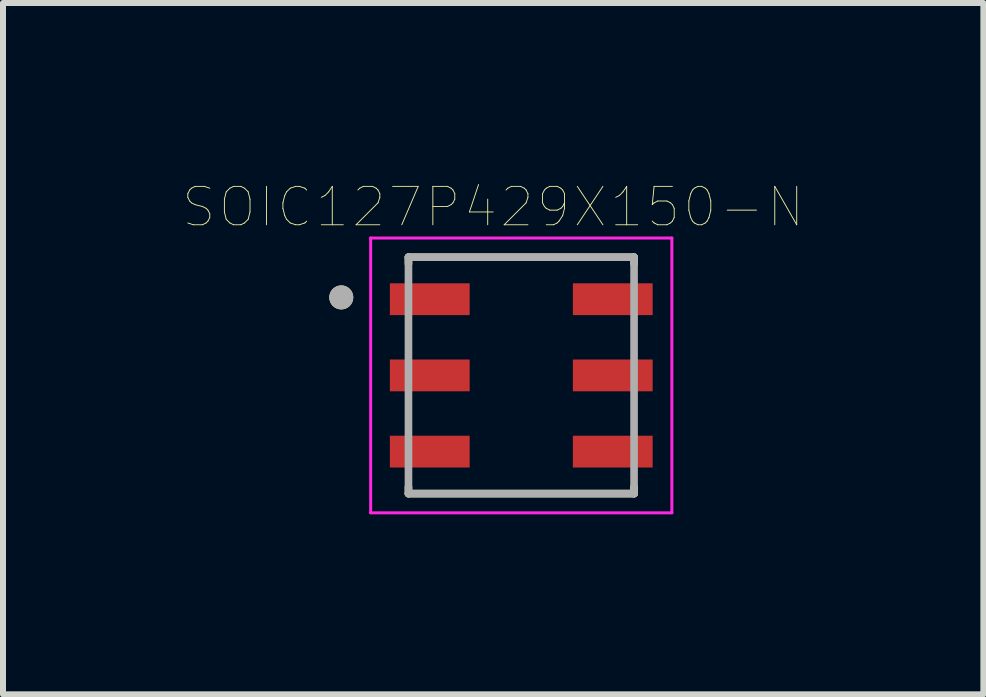
<source format=kicad_pcb>
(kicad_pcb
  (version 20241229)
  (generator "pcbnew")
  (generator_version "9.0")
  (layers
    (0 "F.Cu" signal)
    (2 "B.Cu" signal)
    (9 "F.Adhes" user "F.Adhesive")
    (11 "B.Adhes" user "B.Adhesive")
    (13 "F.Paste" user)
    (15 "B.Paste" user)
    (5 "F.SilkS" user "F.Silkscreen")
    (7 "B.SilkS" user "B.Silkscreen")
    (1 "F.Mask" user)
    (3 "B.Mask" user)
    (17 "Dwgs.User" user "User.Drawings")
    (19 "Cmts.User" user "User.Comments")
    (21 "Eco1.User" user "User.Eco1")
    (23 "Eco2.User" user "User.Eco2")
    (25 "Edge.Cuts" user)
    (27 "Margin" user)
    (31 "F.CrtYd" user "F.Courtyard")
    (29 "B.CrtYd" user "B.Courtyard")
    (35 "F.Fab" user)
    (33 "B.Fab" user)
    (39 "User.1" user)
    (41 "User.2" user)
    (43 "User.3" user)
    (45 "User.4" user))
  (footprint "SOIC127P429X150-N"
    (layer "F.Cu")
    (at 5.638 3.207)
    (property "Reference" "SOIC127P429X150-N" (at -0.468 -2.806 0) (layer "F.SilkS") (effects (font (size 0.64 0.64) (thickness 0.015))))
    (attr through_hole)
    (fp_line (start -1.88 -1.97) (end -1.88 -1.86) (stroke (width 0.127) (type solid)) (layer "F.SilkS"))
    (fp_line (start -1.88 -1.97) (end 1.88 -1.97) (stroke (width 0.127) (type solid)) (layer "F.SilkS"))
    (fp_line (start -1.88 1.97) (end -1.88 1.86) (stroke (width 0.127) (type solid)) (layer "F.SilkS"))
    (fp_line (start -1.88 1.97) (end 1.88 1.97) (stroke (width 0.127) (type solid)) (layer "F.SilkS"))
    (fp_line (start 1.88 -1.97) (end 1.88 -1.86) (stroke (width 0.127) (type solid)) (layer "F.SilkS"))
    (fp_line (start 1.88 1.97) (end 1.88 1.86) (stroke (width 0.127) (type solid)) (layer "F.SilkS"))
    (fp_circle (center -3 -1.3) (end -2.9 -1.3) (stroke (width 0.2) (type solid)) (fill no) (layer "F.SilkS"))
    (fp_line (start -2.51 -2.29) (end 2.51 -2.29) (stroke (width 0.05) (type solid)) (layer "F.CrtYd"))
    (fp_line (start -2.51 2.29) (end -2.51 -2.29) (stroke (width 0.05) (type solid)) (layer "F.CrtYd"))
    (fp_line (start 2.51 -2.29) (end 2.51 2.29) (stroke (width 0.05) (type solid)) (layer "F.CrtYd"))
    (fp_line (start 2.51 2.29) (end -2.51 2.29) (stroke (width 0.05) (type solid)) (layer "F.CrtYd"))
    (fp_line (start -1.88 -1.97) (end 1.88 -1.97) (stroke (width 0.127) (type solid)) (layer "F.Fab"))
    (fp_line (start -1.88 1.97) (end -1.88 -1.97) (stroke (width 0.127) (type solid)) (layer "F.Fab"))
    (fp_line (start 1.88 -1.97) (end 1.88 1.97) (stroke (width 0.127) (type solid)) (layer "F.Fab"))
    (fp_line (start 1.88 1.97) (end -1.88 1.97) (stroke (width 0.127) (type solid)) (layer "F.Fab"))
    (fp_circle (center -3 -1.3) (end -2.9 -1.3) (stroke (width 0.2) (type solid)) (fill no) (layer "F.Fab"))
    (pad "1" smd rect (at -1.525 -1.27) (size 1.33 0.53) (layers "F.Cu" "F.Mask" "F.Paste"))
    (pad "2" smd rect (at -1.525 0) (size 1.33 0.53) (layers "F.Cu" "F.Mask" "F.Paste"))
    (pad "3" smd rect (at -1.525 1.27) (size 1.33 0.53) (layers "F.Cu" "F.Mask" "F.Paste"))
    (pad "4" smd rect (at 1.525 1.27) (size 1.33 0.53) (layers "F.Cu" "F.Mask" "F.Paste"))
    (pad "5" smd rect (at 1.525 0) (size 1.33 0.53) (layers "F.Cu" "F.Mask" "F.Paste"))
    (pad "6" smd rect (at 1.525 -1.27) (size 1.33 0.53) (layers "F.Cu" "F.Mask" "F.Paste")))
  (gr_rect
    (start -3 -3)
    (end 13.34 8.522)
    (stroke (width 0.1) (type default))
    (fill no)
    (layer "Edge.Cuts")))
</source>
